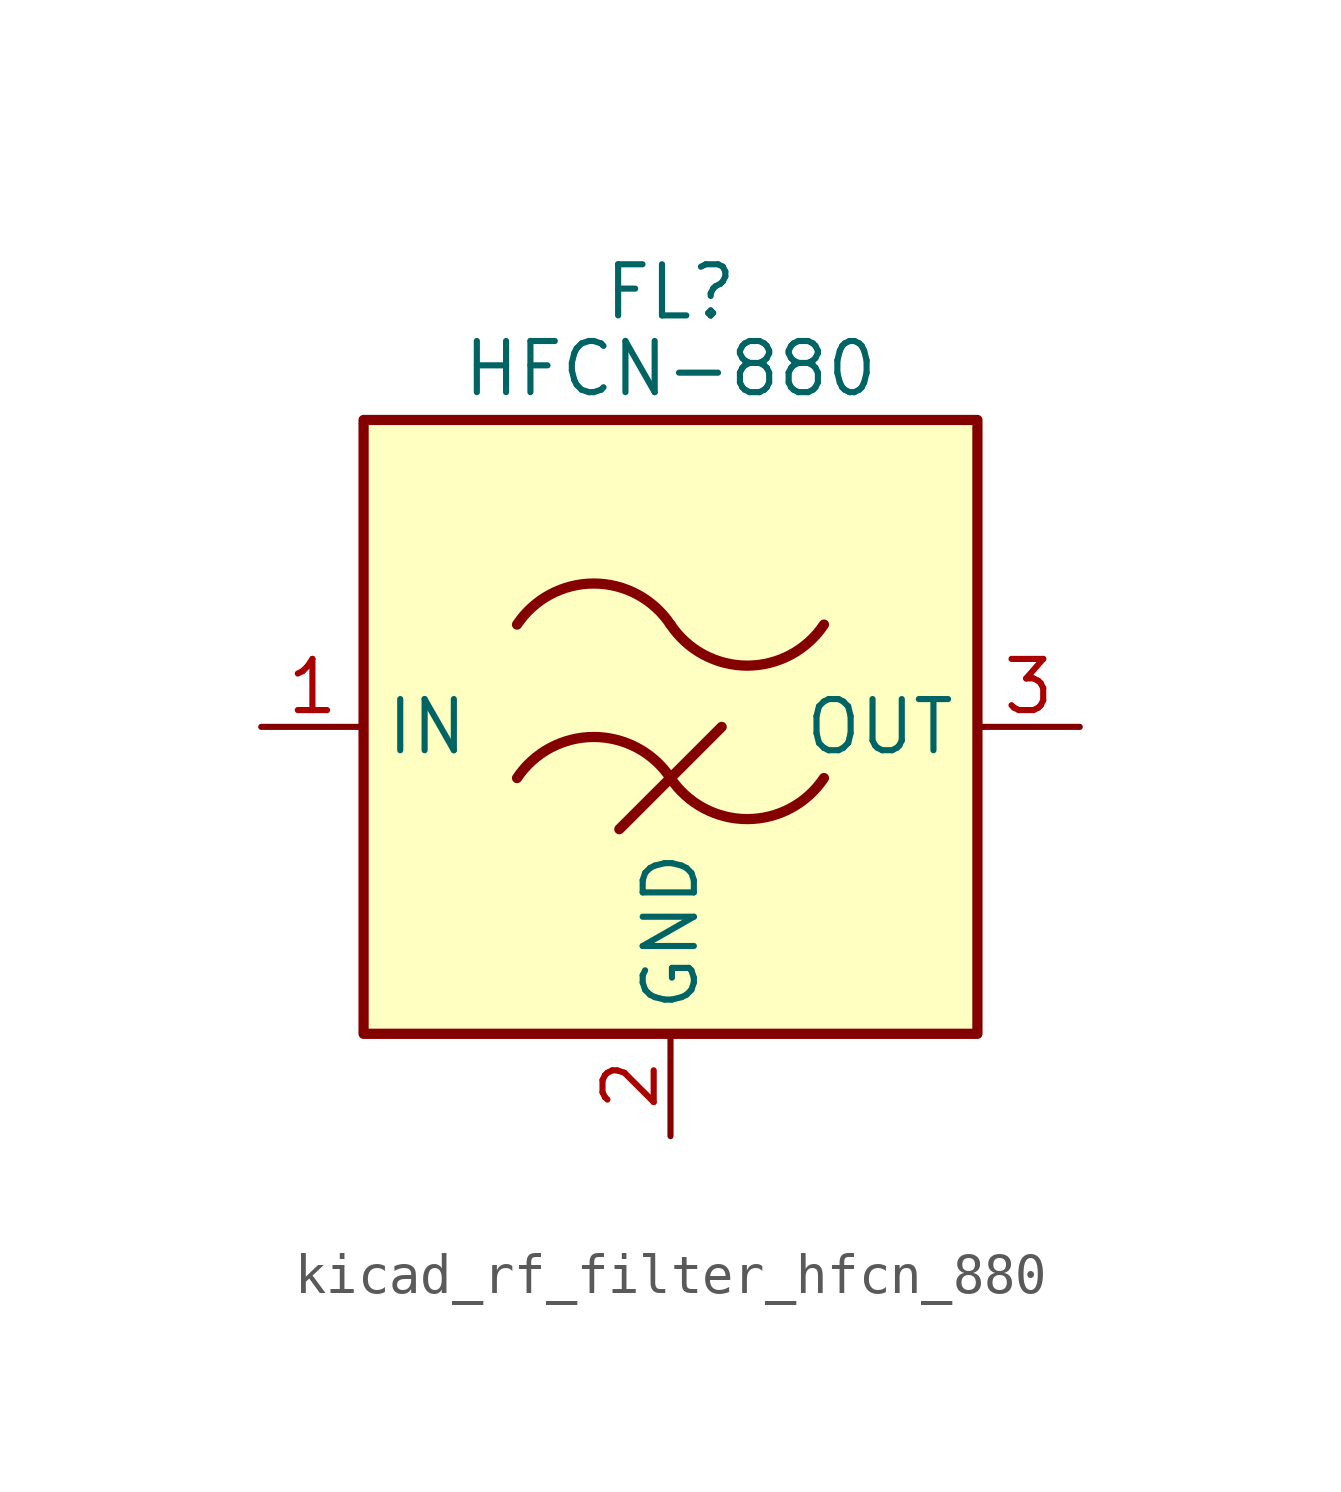
<source format=kicad_sym>
(kicad_symbol_lib
  (version 20220914)
  (generator kicad_symbol_editor)
  (symbol "kicad_rf_filter_hfcn_880"
    (property "Reference" "FL"
      (at 0 10.795 0)
      (effects (font (size 1.27 1.27))))
    (property "Value" "HFCN-880"
      (at 0 8.89 0)
      (effects (font (size 1.27 1.27))))
    (symbol "kicad_rf_filter_hfcn_880_0_1"
      (rectangle (start -7.62 7.62) (end 7.62 -7.62) (stroke (width 0.254) (type default)) (fill (type background)))
      (arc (start 0 -1.27) (mid -1.905 -0.2505) (end -3.81 -1.27) (stroke (width 0.254) (type default)) (fill (type none)))
      (arc (start 0 -1.27) (mid 1.905 -2.2895) (end 3.81 -1.27) (stroke (width 0.254) (type default)) (fill (type none)))
      (polyline (pts (xy -1.27 -2.54) (xy 1.27 0)) (stroke (width 0.254) (type default)) (fill (type none)))
      (arc (start 0 2.54) (mid -1.905 3.5595) (end -3.81 2.54) (stroke (width 0.254) (type default)) (fill (type none)))
      (arc (start 0 2.54) (mid 1.905 1.5205) (end 3.81 2.54) (stroke (width 0.254) (type default)) (fill (type none))))
    (symbol "kicad_rf_filter_hfcn_880_1_1"
      (pin passive line (at -10.16 0 0) (length 2.54) (name "IN" (effects (font (size 1.27 1.27)))) (number "1" (effects (font (size 1.27 1.27)))))
      (pin passive line (at 0 -10.16 90) (length 2.54) (name "GND" (effects (font (size 1.27 1.27)))) (number "2" (effects (font (size 1.27 1.27)))))
      (pin passive line (at 10.16 0 180) (length 2.54) (name "OUT" (effects (font (size 1.27 1.27)))) (number "3" (effects (font (size 1.27 1.27)))))
      (pin passive line (at 0 -10.16 90) (length 2.54) hide (name "GND" (effects (font (size 1.27 1.27)))) (number "4" (effects (font (size 1.27 1.27))))))))
</source>
